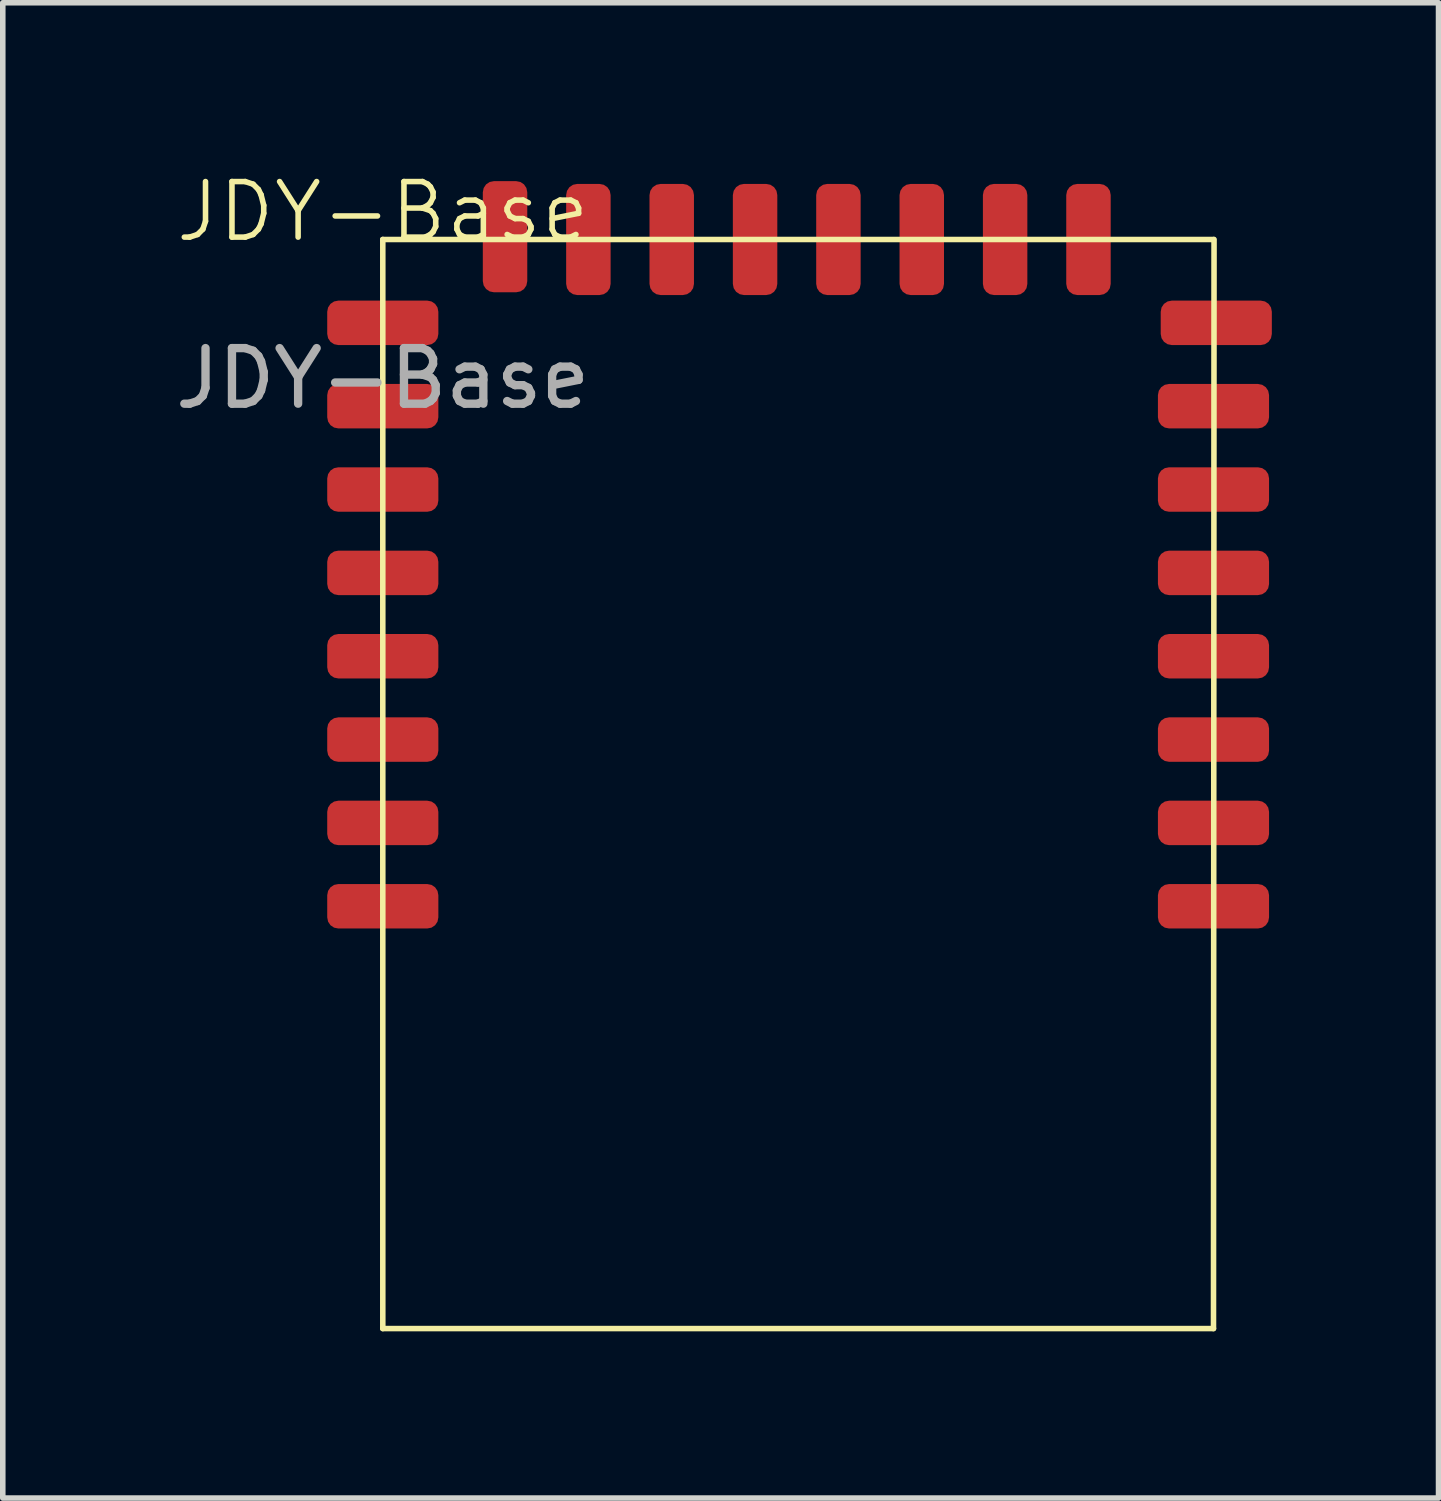
<source format=kicad_pcb>
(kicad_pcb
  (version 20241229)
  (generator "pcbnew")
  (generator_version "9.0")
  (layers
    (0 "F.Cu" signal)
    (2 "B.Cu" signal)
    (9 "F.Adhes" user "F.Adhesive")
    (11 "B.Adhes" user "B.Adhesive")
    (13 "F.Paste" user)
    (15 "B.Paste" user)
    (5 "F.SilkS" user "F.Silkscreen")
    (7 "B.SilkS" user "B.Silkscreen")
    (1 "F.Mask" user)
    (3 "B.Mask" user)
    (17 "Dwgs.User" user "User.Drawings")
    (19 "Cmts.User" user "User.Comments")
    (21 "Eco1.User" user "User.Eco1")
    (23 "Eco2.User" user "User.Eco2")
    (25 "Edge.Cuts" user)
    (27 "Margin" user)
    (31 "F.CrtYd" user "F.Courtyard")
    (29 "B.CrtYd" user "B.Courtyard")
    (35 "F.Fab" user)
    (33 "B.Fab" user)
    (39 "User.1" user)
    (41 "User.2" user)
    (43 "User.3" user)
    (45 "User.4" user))
  (footprint "JDY-Base"
    (layer "F.Cu")
    (at 3.839 1.26)
    (property "Reference" "JDY-Base" (at 0 -0.5 0) (unlocked yes) (layer "F.SilkS") (effects (font (size 1 1) (thickness 0.1))))
    (attr smd)
    (fp_line (start 0 0) (end 14.95 0) (stroke (width 0.1) (type default)) (layer "F.SilkS"))
    (fp_line (start 0 19.6) (end 0 0) (stroke (width 0.1) (type default)) (layer "F.SilkS"))
    (fp_line (start 0 19.6) (end 14.95 19.6) (stroke (width 0.1) (type default)) (layer "F.SilkS"))
    (fp_line (start 14.95 19.6) (end 14.96 0) (stroke (width 0.1) (type default)) (layer "F.SilkS"))
    (fp_text user "${REFERENCE}" (at 0 2.5 0) (unlocked yes) (layer "F.Fab") (effects (font (size 1 1) (thickness 0.15))))
    (pad "1" smd roundrect (at 14.95 12) (size 2 0.8) (layers "F.Cu" "F.Mask" "F.Paste") (roundrect_rratio 0.25))
    (pad "2" smd roundrect (at 14.95 10.5) (size 2 0.8) (layers "F.Cu" "F.Mask" "F.Paste") (roundrect_rratio 0.25))
    (pad "3" smd roundrect (at 14.95 9) (size 2 0.8) (layers "F.Cu" "F.Mask" "F.Paste") (roundrect_rratio 0.25))
    (pad "4" smd roundrect (at 14.95 7.5) (size 2 0.8) (layers "F.Cu" "F.Mask" "F.Paste") (roundrect_rratio 0.25))
    (pad "5" smd roundrect (at 14.95 6) (size 2 0.8) (layers "F.Cu" "F.Mask" "F.Paste") (roundrect_rratio 0.25))
    (pad "6" smd roundrect (at 14.95 4.5) (size 2 0.8) (layers "F.Cu" "F.Mask" "F.Paste") (roundrect_rratio 0.25))
    (pad "7" smd roundrect (at 14.95 3) (size 2 0.8) (layers "F.Cu" "F.Mask" "F.Paste") (roundrect_rratio 0.25))
    (pad "8" smd roundrect (at 15 1.5) (size 2 0.8) (layers "F.Cu" "F.Mask" "F.Paste") (roundrect_rratio 0.25))
    (pad "9" smd roundrect (at 12.7 0 90) (size 2 0.8) (layers "F.Cu" "F.Mask" "F.Paste") (roundrect_rratio 0.25))
    (pad "10" smd roundrect (at 11.2 0 90) (size 2 0.8) (layers "F.Cu" "F.Mask" "F.Paste") (roundrect_rratio 0.25))
    (pad "11" smd roundrect (at 9.7 0 90) (size 2 0.8) (layers "F.Cu" "F.Mask" "F.Paste") (roundrect_rratio 0.25))
    (pad "12" smd roundrect (at 8.2 0 90) (size 2 0.8) (layers "F.Cu" "F.Mask" "F.Paste") (roundrect_rratio 0.25))
    (pad "13" smd roundrect (at 6.7 0 90) (size 2 0.8) (layers "F.Cu" "F.Mask" "F.Paste") (roundrect_rratio 0.25))
    (pad "14" smd roundrect (at 5.2 0 90) (size 2 0.8) (layers "F.Cu" "F.Mask" "F.Paste") (roundrect_rratio 0.25))
    (pad "15" smd roundrect (at 3.7 0 90) (size 2 0.8) (layers "F.Cu" "F.Mask" "F.Paste") (roundrect_rratio 0.25))
    (pad "16" smd roundrect (at 2.2 -0.05 90) (size 2 0.8) (layers "F.Cu" "F.Mask" "F.Paste") (roundrect_rratio 0.25))
    (pad "17" smd roundrect (at 0 1.5) (size 2 0.8) (layers "F.Cu" "F.Mask" "F.Paste") (roundrect_rratio 0.25))
    (pad "18" smd roundrect (at 0 3) (size 2 0.8) (layers "F.Cu" "F.Mask" "F.Paste") (roundrect_rratio 0.25))
    (pad "19" smd roundrect (at 0 4.5) (size 2 0.8) (layers "F.Cu" "F.Mask" "F.Paste") (roundrect_rratio 0.25))
    (pad "20" smd roundrect (at 0 6) (size 2 0.8) (layers "F.Cu" "F.Mask" "F.Paste") (roundrect_rratio 0.25))
    (pad "21" smd roundrect (at 0 7.5) (size 2 0.8) (layers "F.Cu" "F.Mask" "F.Paste") (roundrect_rratio 0.25))
    (pad "22" smd roundrect (at 0 9) (size 2 0.8) (layers "F.Cu" "F.Mask" "F.Paste") (roundrect_rratio 0.25))
    (pad "23" smd roundrect (at 0 10.5) (size 2 0.8) (layers "F.Cu" "F.Mask" "F.Paste") (roundrect_rratio 0.25))
    (pad "24" smd roundrect (at 0 12) (size 2 0.8) (layers "F.Cu" "F.Mask" "F.Paste") (roundrect_rratio 0.25)))
  (gr_rect
    (start -3 -3)
    (end 22.839 23.91)
    (stroke (width 0.1) (type default))
    (fill no)
    (layer "Edge.Cuts")))
</source>
